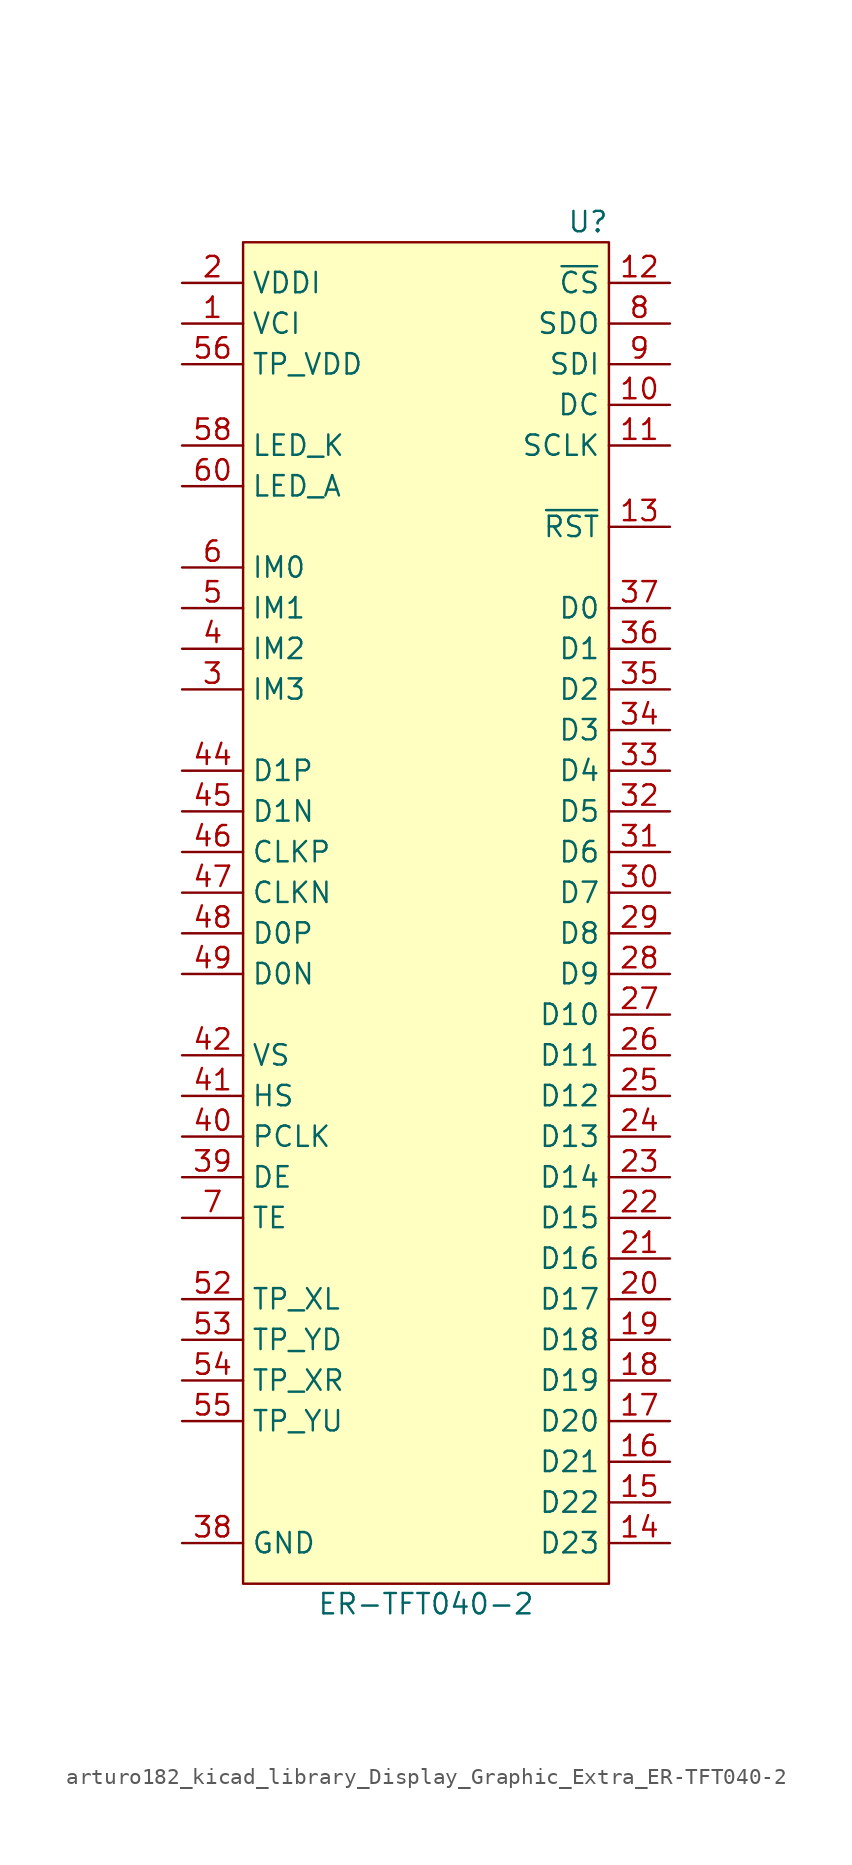
<source format=kicad_sym>
(kicad_symbol_lib
  (version 20220914)
  (generator kicad_symbol_editor)
  (symbol "arturo182_kicad_library_Display_Graphic_Extra_ER-TFT040-2"
    (property "Reference" "U"
      (at 11.43 41.91 0)
      (effects (font (size 1.27 1.27)) (justify right)))
    (property "Value" "ER-TFT040-2"
      (at 0 -44.45 0)
      (effects (font (size 1.27 1.27))))
    (symbol "arturo182_kicad_library_Display_Graphic_Extra_ER-TFT040-2_0_1"
      (rectangle (start -11.43 40.64) (end 11.43 -43.18) (stroke (width 0) (type default)) (fill (type background))))
    (symbol "arturo182_kicad_library_Display_Graphic_Extra_ER-TFT040-2_1_1"
      (pin power_in line (at -15.24 35.56 0) (length 3.81) (name "VCI" (effects (font (size 1.27 1.27)))) (number "1" (effects (font (size 1.27 1.27)))))
      (pin input line (at 15.24 30.48 180) (length 3.81) (name "DC" (effects (font (size 1.27 1.27)))) (number "10" (effects (font (size 1.27 1.27)))))
      (pin input line (at 15.24 27.94 180) (length 3.81) (name "SCLK" (effects (font (size 1.27 1.27)))) (number "11" (effects (font (size 1.27 1.27)))))
      (pin input line (at 15.24 38.1 180) (length 3.81) (name "~{CS}" (effects (font (size 1.27 1.27)))) (number "12" (effects (font (size 1.27 1.27)))))
      (pin input line (at 15.24 22.86 180) (length 3.81) (name "~{RST}" (effects (font (size 1.27 1.27)))) (number "13" (effects (font (size 1.27 1.27)))))
      (pin input line (at 15.24 -40.64 180) (length 3.81) (name "D23" (effects (font (size 1.27 1.27)))) (number "14" (effects (font (size 1.27 1.27)))))
      (pin input line (at 15.24 -38.1 180) (length 3.81) (name "D22" (effects (font (size 1.27 1.27)))) (number "15" (effects (font (size 1.27 1.27)))))
      (pin input line (at 15.24 -35.56 180) (length 3.81) (name "D21" (effects (font (size 1.27 1.27)))) (number "16" (effects (font (size 1.27 1.27)))))
      (pin input line (at 15.24 -33.02 180) (length 3.81) (name "D20" (effects (font (size 1.27 1.27)))) (number "17" (effects (font (size 1.27 1.27)))))
      (pin input line (at 15.24 -30.48 180) (length 3.81) (name "D19" (effects (font (size 1.27 1.27)))) (number "18" (effects (font (size 1.27 1.27)))))
      (pin input line (at 15.24 -27.94 180) (length 3.81) (name "D18" (effects (font (size 1.27 1.27)))) (number "19" (effects (font (size 1.27 1.27)))))
      (pin power_in line (at -15.24 38.1 0) (length 3.81) (name "VDDI" (effects (font (size 1.27 1.27)))) (number "2" (effects (font (size 1.27 1.27)))))
      (pin input line (at 15.24 -25.4 180) (length 3.81) (name "D17" (effects (font (size 1.27 1.27)))) (number "20" (effects (font (size 1.27 1.27)))))
      (pin input line (at 15.24 -22.86 180) (length 3.81) (name "D16" (effects (font (size 1.27 1.27)))) (number "21" (effects (font (size 1.27 1.27)))))
      (pin input line (at 15.24 -20.32 180) (length 3.81) (name "D15" (effects (font (size 1.27 1.27)))) (number "22" (effects (font (size 1.27 1.27)))))
      (pin input line (at 15.24 -17.78 180) (length 3.81) (name "D14" (effects (font (size 1.27 1.27)))) (number "23" (effects (font (size 1.27 1.27)))))
      (pin input line (at 15.24 -15.24 180) (length 3.81) (name "D13" (effects (font (size 1.27 1.27)))) (number "24" (effects (font (size 1.27 1.27)))))
      (pin input line (at 15.24 -12.7 180) (length 3.81) (name "D12" (effects (font (size 1.27 1.27)))) (number "25" (effects (font (size 1.27 1.27)))))
      (pin input line (at 15.24 -10.16 180) (length 3.81) (name "D11" (effects (font (size 1.27 1.27)))) (number "26" (effects (font (size 1.27 1.27)))))
      (pin input line (at 15.24 -7.62 180) (length 3.81) (name "D10" (effects (font (size 1.27 1.27)))) (number "27" (effects (font (size 1.27 1.27)))))
      (pin input line (at 15.24 -5.08 180) (length 3.81) (name "D9" (effects (font (size 1.27 1.27)))) (number "28" (effects (font (size 1.27 1.27)))))
      (pin input line (at 15.24 -2.54 180) (length 3.81) (name "D8" (effects (font (size 1.27 1.27)))) (number "29" (effects (font (size 1.27 1.27)))))
      (pin input line (at -15.24 12.7 0) (length 3.81) (name "IM3" (effects (font (size 1.27 1.27)))) (number "3" (effects (font (size 1.27 1.27)))))
      (pin input line (at 15.24 0 180) (length 3.81) (name "D7" (effects (font (size 1.27 1.27)))) (number "30" (effects (font (size 1.27 1.27)))))
      (pin input line (at 15.24 2.54 180) (length 3.81) (name "D6" (effects (font (size 1.27 1.27)))) (number "31" (effects (font (size 1.27 1.27)))))
      (pin input line (at 15.24 5.08 180) (length 3.81) (name "D5" (effects (font (size 1.27 1.27)))) (number "32" (effects (font (size 1.27 1.27)))))
      (pin input line (at 15.24 7.62 180) (length 3.81) (name "D4" (effects (font (size 1.27 1.27)))) (number "33" (effects (font (size 1.27 1.27)))))
      (pin input line (at 15.24 10.16 180) (length 3.81) (name "D3" (effects (font (size 1.27 1.27)))) (number "34" (effects (font (size 1.27 1.27)))))
      (pin input line (at 15.24 12.7 180) (length 3.81) (name "D2" (effects (font (size 1.27 1.27)))) (number "35" (effects (font (size 1.27 1.27)))))
      (pin input line (at 15.24 15.24 180) (length 3.81) (name "D1" (effects (font (size 1.27 1.27)))) (number "36" (effects (font (size 1.27 1.27)))))
      (pin input line (at 15.24 17.78 180) (length 3.81) (name "D0" (effects (font (size 1.27 1.27)))) (number "37" (effects (font (size 1.27 1.27)))))
      (pin input line (at -15.24 -40.64 0) (length 3.81) (name "GND" (effects (font (size 1.27 1.27)))) (number "38" (effects (font (size 1.27 1.27)))))
      (pin input line (at -15.24 -17.78 0) (length 3.81) (name "DE" (effects (font (size 1.27 1.27)))) (number "39" (effects (font (size 1.27 1.27)))))
      (pin input line (at -15.24 15.24 0) (length 3.81) (name "IM2" (effects (font (size 1.27 1.27)))) (number "4" (effects (font (size 1.27 1.27)))))
      (pin input line (at -15.24 -15.24 0) (length 3.81) (name "PCLK" (effects (font (size 1.27 1.27)))) (number "40" (effects (font (size 1.27 1.27)))))
      (pin input line (at -15.24 -12.7 0) (length 3.81) (name "HS" (effects (font (size 1.27 1.27)))) (number "41" (effects (font (size 1.27 1.27)))))
      (pin input line (at -15.24 -10.16 0) (length 3.81) (name "VS" (effects (font (size 1.27 1.27)))) (number "42" (effects (font (size 1.27 1.27)))))
      (pin passive line (at -15.24 -40.64 0) (length 3.81) hide (name "GND" (effects (font (size 1.27 1.27)))) (number "43" (effects (font (size 1.27 1.27)))))
      (pin bidirectional line (at -15.24 7.62 0) (length 3.81) (name "D1P" (effects (font (size 1.27 1.27)))) (number "44" (effects (font (size 1.27 1.27)))))
      (pin bidirectional line (at -15.24 5.08 0) (length 3.81) (name "D1N" (effects (font (size 1.27 1.27)))) (number "45" (effects (font (size 1.27 1.27)))))
      (pin input line (at -15.24 2.54 0) (length 3.81) (name "CLKP" (effects (font (size 1.27 1.27)))) (number "46" (effects (font (size 1.27 1.27)))))
      (pin input line (at -15.24 0 0) (length 3.81) (name "CLKN" (effects (font (size 1.27 1.27)))) (number "47" (effects (font (size 1.27 1.27)))))
      (pin bidirectional line (at -15.24 -2.54 0) (length 3.81) (name "D0P" (effects (font (size 1.27 1.27)))) (number "48" (effects (font (size 1.27 1.27)))))
      (pin bidirectional line (at -15.24 -5.08 0) (length 3.81) (name "D0N" (effects (font (size 1.27 1.27)))) (number "49" (effects (font (size 1.27 1.27)))))
      (pin input line (at -15.24 17.78 0) (length 3.81) (name "IM1" (effects (font (size 1.27 1.27)))) (number "5" (effects (font (size 1.27 1.27)))))
      (pin passive line (at -15.24 -40.64 0) (length 3.81) hide (name "GND" (effects (font (size 1.27 1.27)))) (number "50" (effects (font (size 1.27 1.27)))))
      (pin no_connect line (at -15.24 -35.56 0) (length 3.81) hide (name "NC" (effects (font (size 1.27 1.27)))) (number "51" (effects (font (size 1.27 1.27)))))
      (pin output line (at -15.24 -25.4 0) (length 3.81) (name "TP_XL" (effects (font (size 1.27 1.27)))) (number "52" (effects (font (size 1.27 1.27)))))
      (pin output line (at -15.24 -27.94 0) (length 3.81) (name "TP_YD" (effects (font (size 1.27 1.27)))) (number "53" (effects (font (size 1.27 1.27)))))
      (pin output line (at -15.24 -30.48 0) (length 3.81) (name "TP_XR" (effects (font (size 1.27 1.27)))) (number "54" (effects (font (size 1.27 1.27)))))
      (pin output line (at -15.24 -33.02 0) (length 3.81) (name "TP_YU" (effects (font (size 1.27 1.27)))) (number "55" (effects (font (size 1.27 1.27)))))
      (pin power_in line (at -15.24 33.02 0) (length 3.81) (name "TP_VDD" (effects (font (size 1.27 1.27)))) (number "56" (effects (font (size 1.27 1.27)))))
      (pin passive line (at -15.24 -40.64 0) (length 3.81) hide (name "GND" (effects (font (size 1.27 1.27)))) (number "57" (effects (font (size 1.27 1.27)))))
      (pin power_in line (at -15.24 27.94 0) (length 3.81) (name "LED_K" (effects (font (size 1.27 1.27)))) (number "58" (effects (font (size 1.27 1.27)))))
      (pin passive line (at -15.24 27.94 0) (length 3.81) hide (name "LED_K" (effects (font (size 1.27 1.27)))) (number "59" (effects (font (size 1.27 1.27)))))
      (pin input line (at -15.24 20.32 0) (length 3.81) (name "IM0" (effects (font (size 1.27 1.27)))) (number "6" (effects (font (size 1.27 1.27)))))
      (pin power_in line (at -15.24 25.4 0) (length 3.81) (name "LED_A" (effects (font (size 1.27 1.27)))) (number "60" (effects (font (size 1.27 1.27)))))
      (pin input line (at -15.24 -20.32 0) (length 3.81) (name "TE" (effects (font (size 1.27 1.27)))) (number "7" (effects (font (size 1.27 1.27)))))
      (pin output line (at 15.24 35.56 180) (length 3.81) (name "SDO" (effects (font (size 1.27 1.27)))) (number "8" (effects (font (size 1.27 1.27)))))
      (pin input line (at 15.24 33.02 180) (length 3.81) (name "SDI" (effects (font (size 1.27 1.27)))) (number "9" (effects (font (size 1.27 1.27))))))))
</source>
